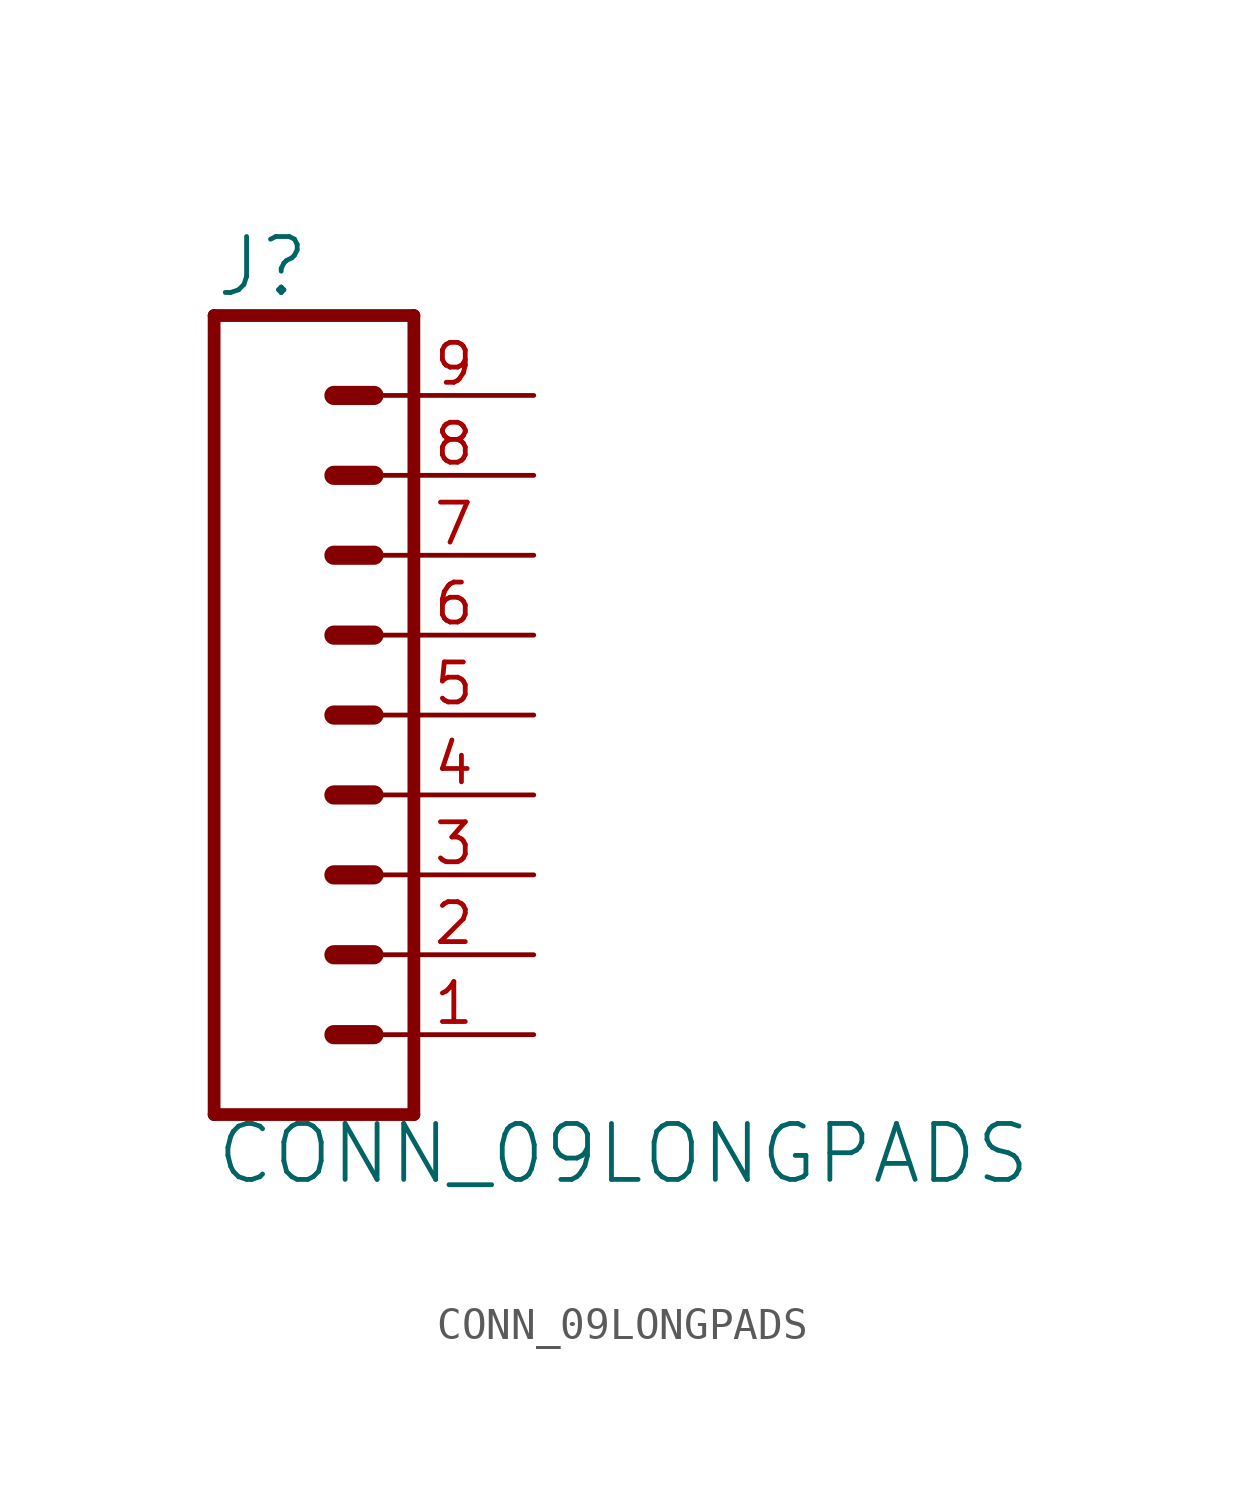
<source format=kicad_sym>
(kicad_symbol_lib
  (version 20220331)
  (generator kicad_symbol_editor)
  (symbol "CONN_09LONGPADS"
    (property "Reference" "J"
      (at 0 13.208 0)
      (effects (font (size 1.778 1.778)) (justify left bottom)))
    (property "Value" "CONN_09LONGPADS"
      (at 0 -14.986 0)
      (effects (font (size 1.778 1.778)) (justify left bottom)))
    (property "ki_locked" ""
      (at 0 0 0)
      (effects (font (size 1.27 1.27))))
    (symbol "CONN_09LONGPADS_1_0"
      (polyline (pts (xy 0 12.7) (xy 0 -12.7)) (stroke (width 0.406) (type solid)) (fill (type none)))
      (polyline (pts (xy 0 12.7) (xy 6.35 12.7)) (stroke (width 0.406) (type solid)) (fill (type none)))
      (polyline (pts (xy 3.81 -10.16) (xy 5.08 -10.16)) (stroke (width 0.61) (type solid)) (fill (type none)))
      (polyline (pts (xy 3.81 -7.62) (xy 5.08 -7.62)) (stroke (width 0.61) (type solid)) (fill (type none)))
      (polyline (pts (xy 3.81 -5.08) (xy 5.08 -5.08)) (stroke (width 0.61) (type solid)) (fill (type none)))
      (polyline (pts (xy 3.81 -2.54) (xy 5.08 -2.54)) (stroke (width 0.61) (type solid)) (fill (type none)))
      (polyline (pts (xy 3.81 0) (xy 5.08 0)) (stroke (width 0.61) (type solid)) (fill (type none)))
      (polyline (pts (xy 3.81 2.54) (xy 5.08 2.54)) (stroke (width 0.61) (type solid)) (fill (type none)))
      (polyline (pts (xy 3.81 5.08) (xy 5.08 5.08)) (stroke (width 0.61) (type solid)) (fill (type none)))
      (polyline (pts (xy 3.81 7.62) (xy 5.08 7.62)) (stroke (width 0.61) (type solid)) (fill (type none)))
      (polyline (pts (xy 3.81 10.16) (xy 5.08 10.16)) (stroke (width 0.61) (type solid)) (fill (type none)))
      (polyline (pts (xy 6.35 -12.7) (xy 0 -12.7)) (stroke (width 0.406) (type solid)) (fill (type none)))
      (polyline (pts (xy 6.35 -12.7) (xy 6.35 12.7)) (stroke (width 0.406) (type solid)) (fill (type none)))
      (pin passive line (at 10.16 -10.16 180) (length 5.08) (name "1" (effects (font (size 0 0)))) (number "1" (effects (font (size 1.27 1.27)))))
      (pin passive line (at 10.16 -7.62 180) (length 5.08) (name "2" (effects (font (size 0 0)))) (number "2" (effects (font (size 1.27 1.27)))))
      (pin passive line (at 10.16 -5.08 180) (length 5.08) (name "3" (effects (font (size 0 0)))) (number "3" (effects (font (size 1.27 1.27)))))
      (pin passive line (at 10.16 -2.54 180) (length 5.08) (name "4" (effects (font (size 0 0)))) (number "4" (effects (font (size 1.27 1.27)))))
      (pin passive line (at 10.16 0 180) (length 5.08) (name "5" (effects (font (size 0 0)))) (number "5" (effects (font (size 1.27 1.27)))))
      (pin passive line (at 10.16 2.54 180) (length 5.08) (name "6" (effects (font (size 0 0)))) (number "6" (effects (font (size 1.27 1.27)))))
      (pin passive line (at 10.16 5.08 180) (length 5.08) (name "7" (effects (font (size 0 0)))) (number "7" (effects (font (size 1.27 1.27)))))
      (pin passive line (at 10.16 7.62 180) (length 5.08) (name "8" (effects (font (size 0 0)))) (number "8" (effects (font (size 1.27 1.27)))))
      (pin passive line (at 10.16 10.16 180) (length 5.08) (name "9" (effects (font (size 0 0)))) (number "9" (effects (font (size 1.27 1.27))))))))
</source>
